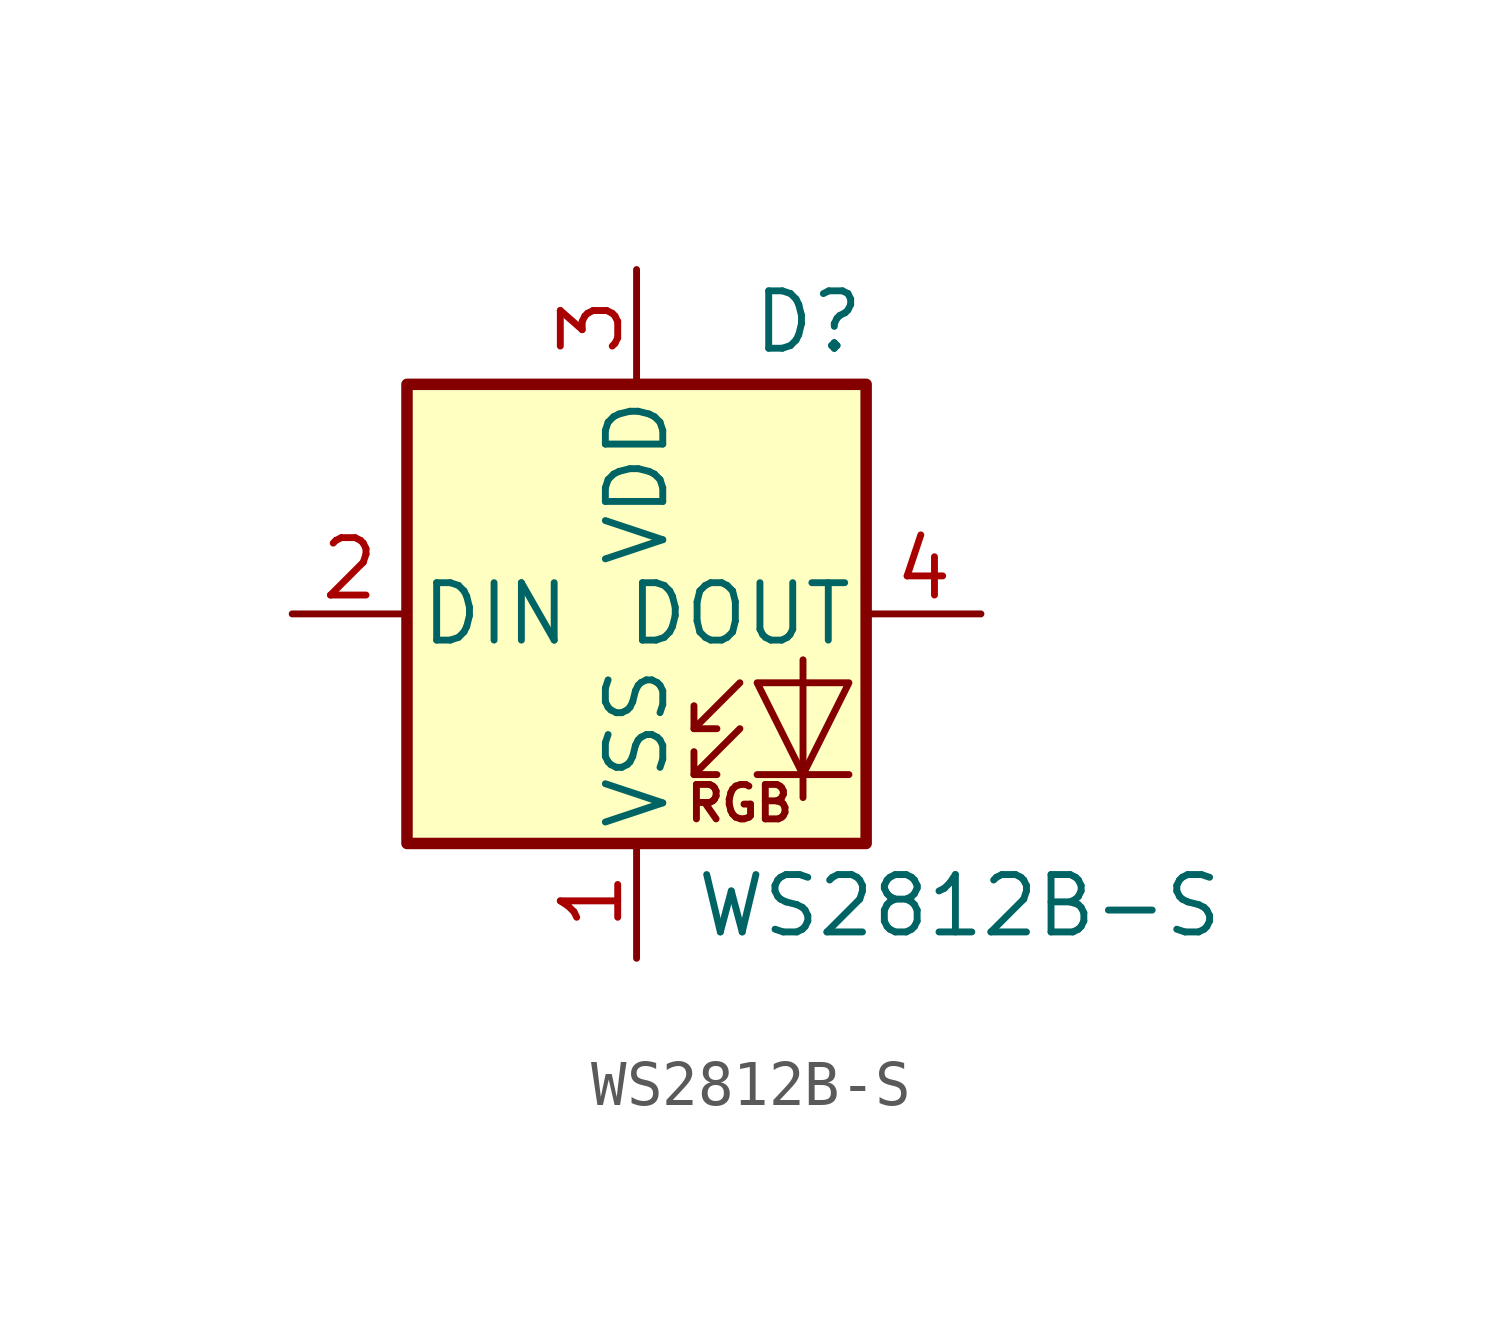
<source format=kicad_sym>
(kicad_symbol_lib
  (version 20241209)
  (generator "kicad_symbol_editor")
  (generator_version "9.0")
  (symbol "WS2812B-S"
    (pin_names
      (offset 0.254))
    (property "Reference" "D"
      (at 5.08 5.715 0)
      (effects (font (size 1.27 1.27)) (justify right bottom)))
    (property "Value" "WS2812B-S"
      (at 1.27 -5.715 0)
      (effects (font (size 1.27 1.27)) (justify left top)))
    (symbol "WS2812B-S_0_0"
      (text "RGB" (at 2.286 -4.191 0) (effects (font (size 0.762 0.762)))))
    (symbol "WS2812B-S_0_1"
      (rectangle (start -5.08 5.08) (end 5.08 -5.08) (stroke (width 0.254) (type default)) (fill (type background)))
      (polyline (pts (xy 1.27 -2.54) (xy 1.778 -2.54)) (stroke (width 0) (type default)) (fill (type none)))
      (polyline (pts (xy 1.27 -3.556) (xy 1.778 -3.556)) (stroke (width 0) (type default)) (fill (type none)))
      (polyline (pts (xy 2.286 -1.524) (xy 1.27 -2.54) (xy 1.27 -2.032)) (stroke (width 0) (type default)) (fill (type none)))
      (polyline (pts (xy 2.286 -2.54) (xy 1.27 -3.556) (xy 1.27 -3.048)) (stroke (width 0) (type default)) (fill (type none)))
      (polyline (pts (xy 3.683 -1.016) (xy 3.683 -3.556) (xy 3.683 -4.064)) (stroke (width 0) (type default)) (fill (type none)))
      (polyline (pts (xy 4.699 -1.524) (xy 2.667 -1.524) (xy 3.683 -3.556) (xy 4.699 -1.524)) (stroke (width 0) (type default)) (fill (type none)))
      (polyline (pts (xy 4.699 -3.556) (xy 2.667 -3.556)) (stroke (width 0) (type default)) (fill (type none))))
    (symbol "WS2812B-S_1_1"
      (pin input line (at -7.62 0 0) (length 2.54) (name "DIN" (effects (font (size 1.27 1.27)))) (number "2" (effects (font (size 1.27 1.27)))))
      (pin power_in line (at 0 7.62 270) (length 2.54) (name "VDD" (effects (font (size 1.27 1.27)))) (number "3" (effects (font (size 1.27 1.27)))))
      (pin power_in line (at 0 -7.62 90) (length 2.54) (name "VSS" (effects (font (size 1.27 1.27)))) (number "1" (effects (font (size 1.27 1.27)))))
      (pin output line (at 7.62 0 180) (length 2.54) (name "DOUT" (effects (font (size 1.27 1.27)))) (number "4" (effects (font (size 1.27 1.27))))))))
</source>
